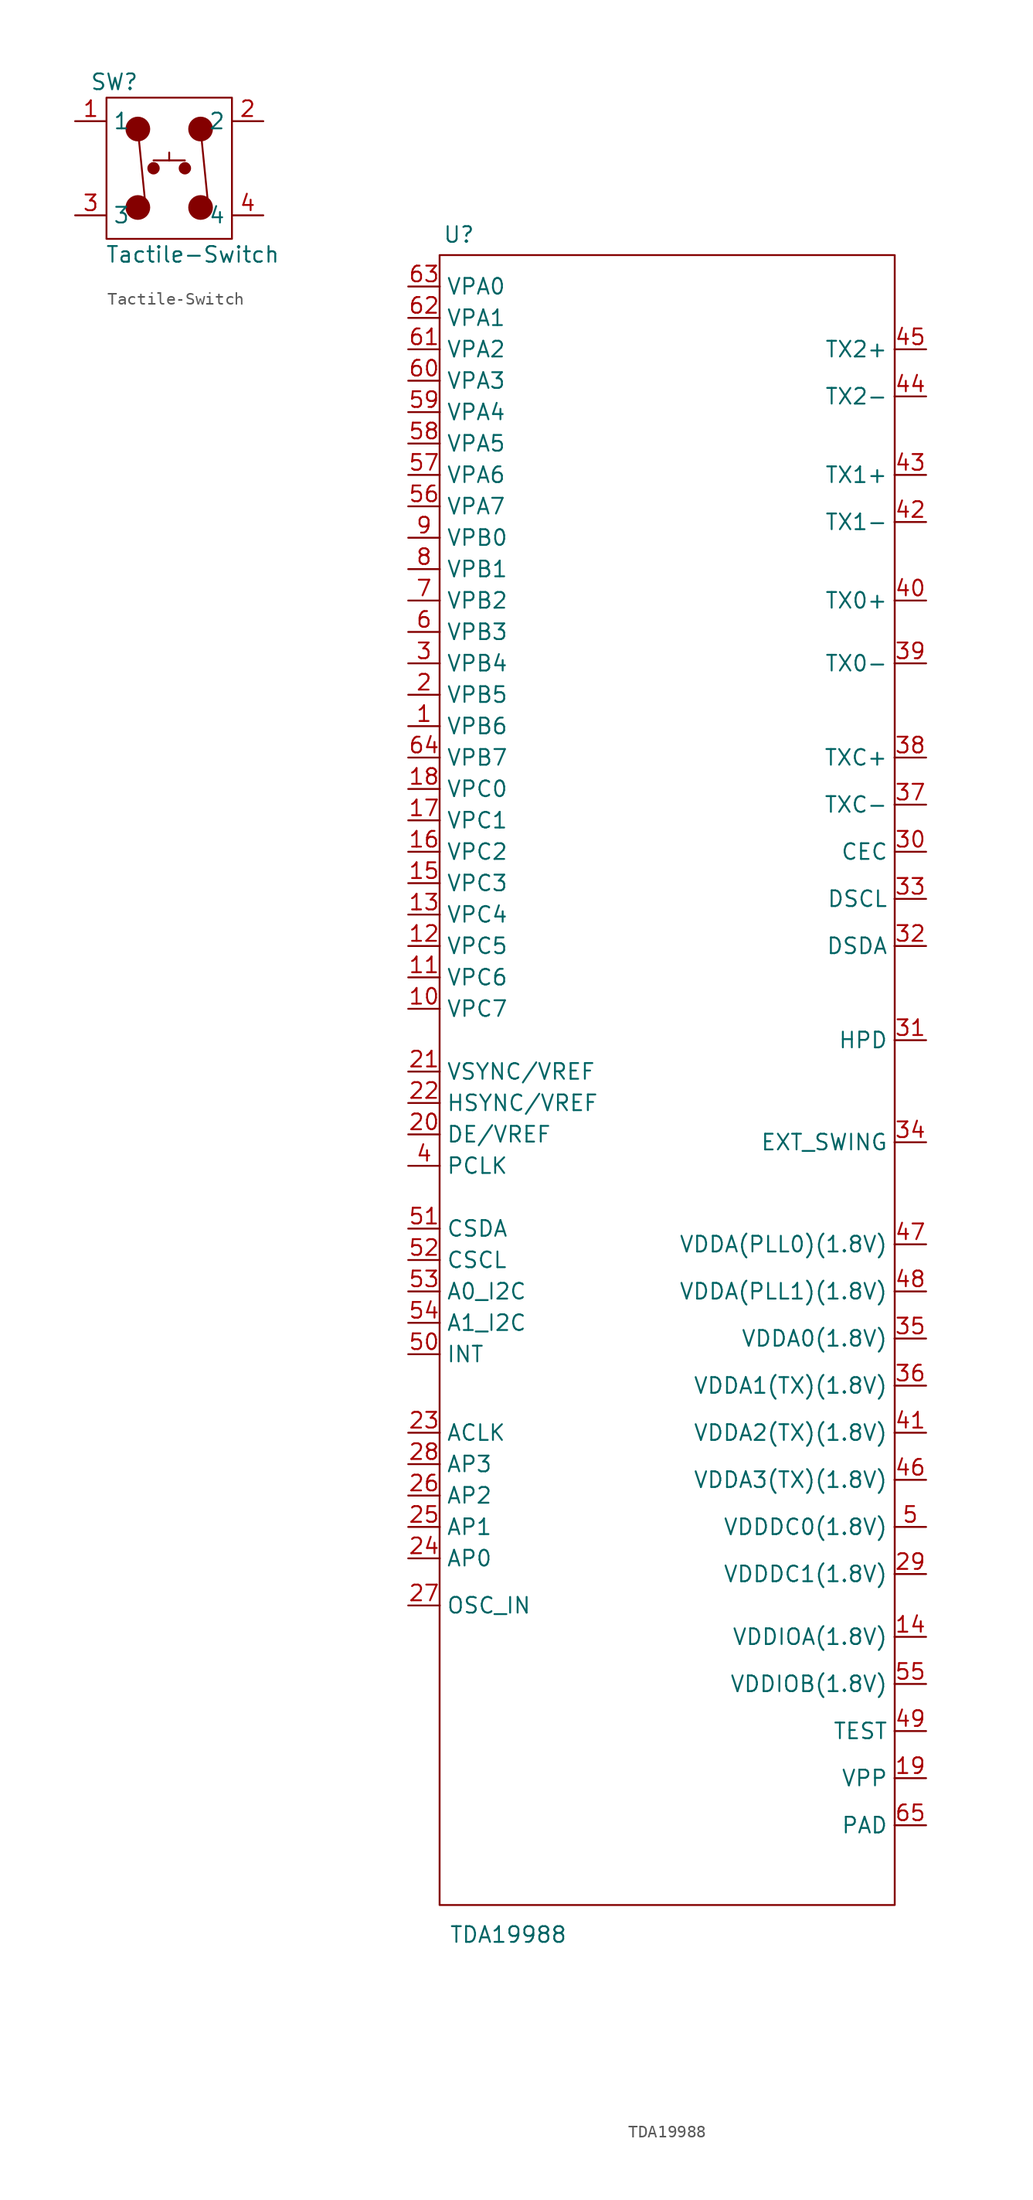
<source format=kicad_sym>
(kicad_symbol_lib
  (version 20201005)
  (generator kicad_symbol_editor)
  (symbol "BeagleV:Tactile-Switch"
    (property "Reference" "SW"
      (at -4.445 6.985 0)
      (effects (font (size 1.27 1.27))))
    (property "Value" "Tactile-Switch"
      (at 1.905 -6.985 0)
      (effects (font (size 1.27 1.27))))
    (symbol "Tactile-Switch_0_1"
      (circle (center -2.54 -3.175) (radius 0) (stroke (width 1)) (fill (type none)))
      (circle (center -2.54 3.175) (radius 0) (stroke (width 1)) (fill (type none)))
      (circle (center -1.27 0) (radius 0) (stroke (width 0.5)) (fill (type none)))
      (circle (center 1.27 0) (radius 0) (stroke (width 0.5)) (fill (type none)))
      (circle (center 2.54 -3.175) (radius 0) (stroke (width 1)) (fill (type none)))
      (circle (center 2.54 3.175) (radius 0) (stroke (width 1)) (fill (type none)))
      (rectangle (start -5.08 5.715) (end 5.08 -5.715) (stroke (width 0.152)) (fill (type none)))
      (polyline (pts (xy -2.54 3.175) (xy -1.905 -3.175)) (stroke (width 0.152)) (fill (type none)))
      (polyline (pts (xy -1.27 0.635) (xy 1.27 0.635)) (stroke (width 0.152)) (fill (type none)))
      (polyline (pts (xy 0 0.635) (xy 0 1.27)) (stroke (width 0.152)) (fill (type none)))
      (polyline (pts (xy 2.54 3.175) (xy 3.175 -3.175)) (stroke (width 0.152)) (fill (type none))))
    (symbol "Tactile-Switch_1_1"
      (pin passive line (at -7.62 3.81 0) (length 2.54) (name "1" (effects (font (size 1.27 1.27)))) (number "1" (effects (font (size 1.27 1.27)))))
      (pin passive line (at 7.62 3.81 180) (length 2.54) (name "2" (effects (font (size 1.27 1.27)))) (number "2" (effects (font (size 1.27 1.27)))))
      (pin passive line (at -7.62 -3.81 0) (length 2.54) (name "3" (effects (font (size 1.27 1.27)))) (number "3" (effects (font (size 1.27 1.27)))))
      (pin passive line (at 7.62 -3.81 180) (length 2.54) (name "4" (effects (font (size 1.27 1.27)))) (number "4" (effects (font (size 1.27 1.27)))))))
  (symbol "BeagleV:TDA19988"
    (property "Reference" "U"
      (at -21.3 71.5 0)
      (effects (font (size 1.27 1.27))))
    (property "Value" "TDA19988"
      (at -17.3 -66 0)
      (effects (font (size 1.27 1.27))))
    (symbol "TDA19988_0_1"
      (rectangle (start -22.86 69.85) (end 13.97 -63.6) (stroke (width 0.152)) (fill (type none))))
    (symbol "TDA19988_1_1"
      (pin input line (at -25.4 31.75 0) (length 2.56) (name "VPB6" (effects (font (size 1.27 1.27)))) (number "1" (effects (font (size 1.27 1.27)))))
      (pin input line (at -25.4 8.89 0) (length 2.56) (name "VPC7" (effects (font (size 1.27 1.27)))) (number "10" (effects (font (size 1.27 1.27)))))
      (pin input line (at -25.4 11.43 0) (length 2.56) (name "VPC6" (effects (font (size 1.27 1.27)))) (number "11" (effects (font (size 1.27 1.27)))))
      (pin input line (at -25.4 13.97 0) (length 2.56) (name "VPC5" (effects (font (size 1.27 1.27)))) (number "12" (effects (font (size 1.27 1.27)))))
      (pin input line (at -25.4 16.51 0) (length 2.56) (name "VPC4" (effects (font (size 1.27 1.27)))) (number "13" (effects (font (size 1.27 1.27)))))
      (pin power_in line (at 16.51 -41.91 180) (length 2.56) (name "VDDIOA(1.8V)" (effects (font (size 1.27 1.27)))) (number "14" (effects (font (size 1.27 1.27)))))
      (pin input line (at -25.4 19.05 0) (length 2.56) (name "VPC3" (effects (font (size 1.27 1.27)))) (number "15" (effects (font (size 1.27 1.27)))))
      (pin input line (at -25.4 21.59 0) (length 2.56) (name "VPC2" (effects (font (size 1.27 1.27)))) (number "16" (effects (font (size 1.27 1.27)))))
      (pin input line (at -25.4 24.13 0) (length 2.56) (name "VPC1" (effects (font (size 1.27 1.27)))) (number "17" (effects (font (size 1.27 1.27)))))
      (pin input line (at -25.4 26.67 0) (length 2.56) (name "VPC0" (effects (font (size 1.27 1.27)))) (number "18" (effects (font (size 1.27 1.27)))))
      (pin power_in line (at 16.51 -53.34 180) (length 2.56) (name "VPP" (effects (font (size 1.27 1.27)))) (number "19" (effects (font (size 1.27 1.27)))))
      (pin input line (at -25.4 34.29 0) (length 2.56) (name "VPB5" (effects (font (size 1.27 1.27)))) (number "2" (effects (font (size 1.27 1.27)))))
      (pin input line (at -25.4 -1.27 0) (length 2.56) (name "DE/VREF" (effects (font (size 1.27 1.27)))) (number "20" (effects (font (size 1.27 1.27)))))
      (pin input line (at -25.4 3.81 0) (length 2.56) (name "VSYNC/VREF" (effects (font (size 1.27 1.27)))) (number "21" (effects (font (size 1.27 1.27)))))
      (pin input line (at -25.4 1.27 0) (length 2.56) (name "HSYNC/VREF" (effects (font (size 1.27 1.27)))) (number "22" (effects (font (size 1.27 1.27)))))
      (pin input line (at -25.4 -25.4 0) (length 2.56) (name "ACLK" (effects (font (size 1.27 1.27)))) (number "23" (effects (font (size 1.27 1.27)))))
      (pin input line (at -25.4 -35.56 0) (length 2.56) (name "AP0" (effects (font (size 1.27 1.27)))) (number "24" (effects (font (size 1.27 1.27)))))
      (pin input line (at -25.4 -33.02 0) (length 2.56) (name "AP1" (effects (font (size 1.27 1.27)))) (number "25" (effects (font (size 1.27 1.27)))))
      (pin input line (at -25.4 -30.48 0) (length 2.56) (name "AP2" (effects (font (size 1.27 1.27)))) (number "26" (effects (font (size 1.27 1.27)))))
      (pin input line (at -25.4 -39.37 0) (length 2.56) (name "OSC_IN" (effects (font (size 1.27 1.27)))) (number "27" (effects (font (size 1.27 1.27)))))
      (pin input line (at -25.4 -27.94 0) (length 2.56) (name "AP3" (effects (font (size 1.27 1.27)))) (number "28" (effects (font (size 1.27 1.27)))))
      (pin power_in line (at 16.51 -36.83 180) (length 2.56) (name "VDDDC1(1.8V)" (effects (font (size 1.27 1.27)))) (number "29" (effects (font (size 1.27 1.27)))))
      (pin input line (at -25.4 36.83 0) (length 2.56) (name "VPB4" (effects (font (size 1.27 1.27)))) (number "3" (effects (font (size 1.27 1.27)))))
      (pin output line (at 16.51 21.59 180) (length 2.54) (name "CEC" (effects (font (size 1.27 1.27)))) (number "30" (effects (font (size 1.27 1.27)))))
      (pin output line (at 16.51 6.35 180) (length 2.56) (name "HPD" (effects (font (size 1.27 1.27)))) (number "31" (effects (font (size 1.27 1.27)))))
      (pin output line (at 16.51 13.97 180) (length 2.56) (name "DSDA" (effects (font (size 1.27 1.27)))) (number "32" (effects (font (size 1.27 1.27)))))
      (pin output line (at 16.51 17.78 180) (length 2.56) (name "DSCL" (effects (font (size 1.27 1.27)))) (number "33" (effects (font (size 1.27 1.27)))))
      (pin output line (at 16.51 -1.905 180) (length 2.56) (name "EXT_SWING" (effects (font (size 1.27 1.27)))) (number "34" (effects (font (size 1.27 1.27)))))
      (pin power_in line (at 16.51 -17.78 180) (length 2.56) (name "VDDA0(1.8V)" (effects (font (size 1.27 1.27)))) (number "35" (effects (font (size 1.27 1.27)))))
      (pin power_in line (at 16.51 -21.59 180) (length 2.56) (name "VDDA1(TX)(1.8V)" (effects (font (size 1.27 1.27)))) (number "36" (effects (font (size 1.27 1.27)))))
      (pin output line (at 16.51 25.4 180) (length 2.56) (name "TXC-" (effects (font (size 1.27 1.27)))) (number "37" (effects (font (size 1.27 1.27)))))
      (pin output line (at 16.51 29.21 180) (length 2.56) (name "TXC+" (effects (font (size 1.27 1.27)))) (number "38" (effects (font (size 1.27 1.27)))))
      (pin output line (at 16.51 36.83 180) (length 2.56) (name "TX0-" (effects (font (size 1.27 1.27)))) (number "39" (effects (font (size 1.27 1.27)))))
      (pin input line (at -25.4 -3.81 0) (length 2.56) (name "PCLK" (effects (font (size 1.27 1.27)))) (number "4" (effects (font (size 1.27 1.27)))))
      (pin output line (at 16.51 41.91 180) (length 2.56) (name "TX0+" (effects (font (size 1.27 1.27)))) (number "40" (effects (font (size 1.27 1.27)))))
      (pin power_in line (at 16.51 -25.4 180) (length 2.56) (name "VDDA2(TX)(1.8V)" (effects (font (size 1.27 1.27)))) (number "41" (effects (font (size 1.27 1.27)))))
      (pin output line (at 16.51 48.26 180) (length 2.56) (name "TX1-" (effects (font (size 1.27 1.27)))) (number "42" (effects (font (size 1.27 1.27)))))
      (pin output line (at 16.51 52.07 180) (length 2.56) (name "TX1+" (effects (font (size 1.27 1.27)))) (number "43" (effects (font (size 1.27 1.27)))))
      (pin output line (at 16.51 58.42 180) (length 2.56) (name "TX2-" (effects (font (size 1.27 1.27)))) (number "44" (effects (font (size 1.27 1.27)))))
      (pin output line (at 16.51 62.23 180) (length 2.56) (name "TX2+" (effects (font (size 1.27 1.27)))) (number "45" (effects (font (size 1.27 1.27)))))
      (pin power_in line (at 16.51 -29.21 180) (length 2.56) (name "VDDA3(TX)(1.8V)" (effects (font (size 1.27 1.27)))) (number "46" (effects (font (size 1.27 1.27)))))
      (pin power_in line (at 16.51 -10.16 180) (length 2.56) (name "VDDA(PLL0)(1.8V)" (effects (font (size 1.27 1.27)))) (number "47" (effects (font (size 1.27 1.27)))))
      (pin power_in line (at 16.51 -13.97 180) (length 2.56) (name "VDDA(PLL1)(1.8V)" (effects (font (size 1.27 1.27)))) (number "48" (effects (font (size 1.27 1.27)))))
      (pin power_in line (at 16.51 -49.53 180) (length 2.56) (name "TEST" (effects (font (size 1.27 1.27)))) (number "49" (effects (font (size 1.27 1.27)))))
      (pin power_in line (at 16.51 -33.02 180) (length 2.56) (name "VDDDC0(1.8V)" (effects (font (size 1.27 1.27)))) (number "5" (effects (font (size 1.27 1.27)))))
      (pin output line (at -25.4 -19.05 0) (length 2.56) (name "INT" (effects (font (size 1.27 1.27)))) (number "50" (effects (font (size 1.27 1.27)))))
      (pin input line (at -25.4 -8.89 0) (length 2.56) (name "CSDA" (effects (font (size 1.27 1.27)))) (number "51" (effects (font (size 1.27 1.27)))))
      (pin input line (at -25.4 -11.43 0) (length 2.56) (name "CSCL" (effects (font (size 1.27 1.27)))) (number "52" (effects (font (size 1.27 1.27)))))
      (pin input line (at -25.4 -13.97 0) (length 2.56) (name "A0_I2C" (effects (font (size 1.27 1.27)))) (number "53" (effects (font (size 1.27 1.27)))))
      (pin input line (at -25.4 -16.51 0) (length 2.56) (name "A1_I2C" (effects (font (size 1.27 1.27)))) (number "54" (effects (font (size 1.27 1.27)))))
      (pin power_in line (at 16.51 -45.72 180) (length 2.56) (name "VDDIOB(1.8V)" (effects (font (size 1.27 1.27)))) (number "55" (effects (font (size 1.27 1.27)))))
      (pin input line (at -25.4 49.53 0) (length 2.56) (name "VPA7" (effects (font (size 1.27 1.27)))) (number "56" (effects (font (size 1.27 1.27)))))
      (pin input line (at -25.4 52.07 0) (length 2.56) (name "VPA6" (effects (font (size 1.27 1.27)))) (number "57" (effects (font (size 1.27 1.27)))))
      (pin input line (at -25.4 54.61 0) (length 2.56) (name "VPA5" (effects (font (size 1.27 1.27)))) (number "58" (effects (font (size 1.27 1.27)))))
      (pin input line (at -25.4 57.15 0) (length 2.56) (name "VPA4" (effects (font (size 1.27 1.27)))) (number "59" (effects (font (size 1.27 1.27)))))
      (pin input line (at -25.4 39.37 0) (length 2.56) (name "VPB3" (effects (font (size 1.27 1.27)))) (number "6" (effects (font (size 1.27 1.27)))))
      (pin input line (at -25.4 59.69 0) (length 2.56) (name "VPA3" (effects (font (size 1.27 1.27)))) (number "60" (effects (font (size 1.27 1.27)))))
      (pin input line (at -25.4 62.23 0) (length 2.56) (name "VPA2" (effects (font (size 1.27 1.27)))) (number "61" (effects (font (size 1.27 1.27)))))
      (pin input line (at -25.4 64.77 0) (length 2.56) (name "VPA1" (effects (font (size 1.27 1.27)))) (number "62" (effects (font (size 1.27 1.27)))))
      (pin input line (at -25.4 67.31 0) (length 2.56) (name "VPA0" (effects (font (size 1.27 1.27)))) (number "63" (effects (font (size 1.27 1.27)))))
      (pin input line (at -25.4 29.21 0) (length 2.56) (name "VPB7" (effects (font (size 1.27 1.27)))) (number "64" (effects (font (size 1.27 1.27)))))
      (pin power_in line (at 16.51 -57.15 180) (length 2.56) (name "PAD" (effects (font (size 1.27 1.27)))) (number "65" (effects (font (size 1.27 1.27)))))
      (pin input line (at -25.4 41.91 0) (length 2.56) (name "VPB2" (effects (font (size 1.27 1.27)))) (number "7" (effects (font (size 1.27 1.27)))))
      (pin input line (at -25.4 44.45 0) (length 2.56) (name "VPB1" (effects (font (size 1.27 1.27)))) (number "8" (effects (font (size 1.27 1.27)))))
      (pin input line (at -25.4 46.99 0) (length 2.56) (name "VPB0" (effects (font (size 1.27 1.27)))) (number "9" (effects (font (size 1.27 1.27))))))))
</source>
